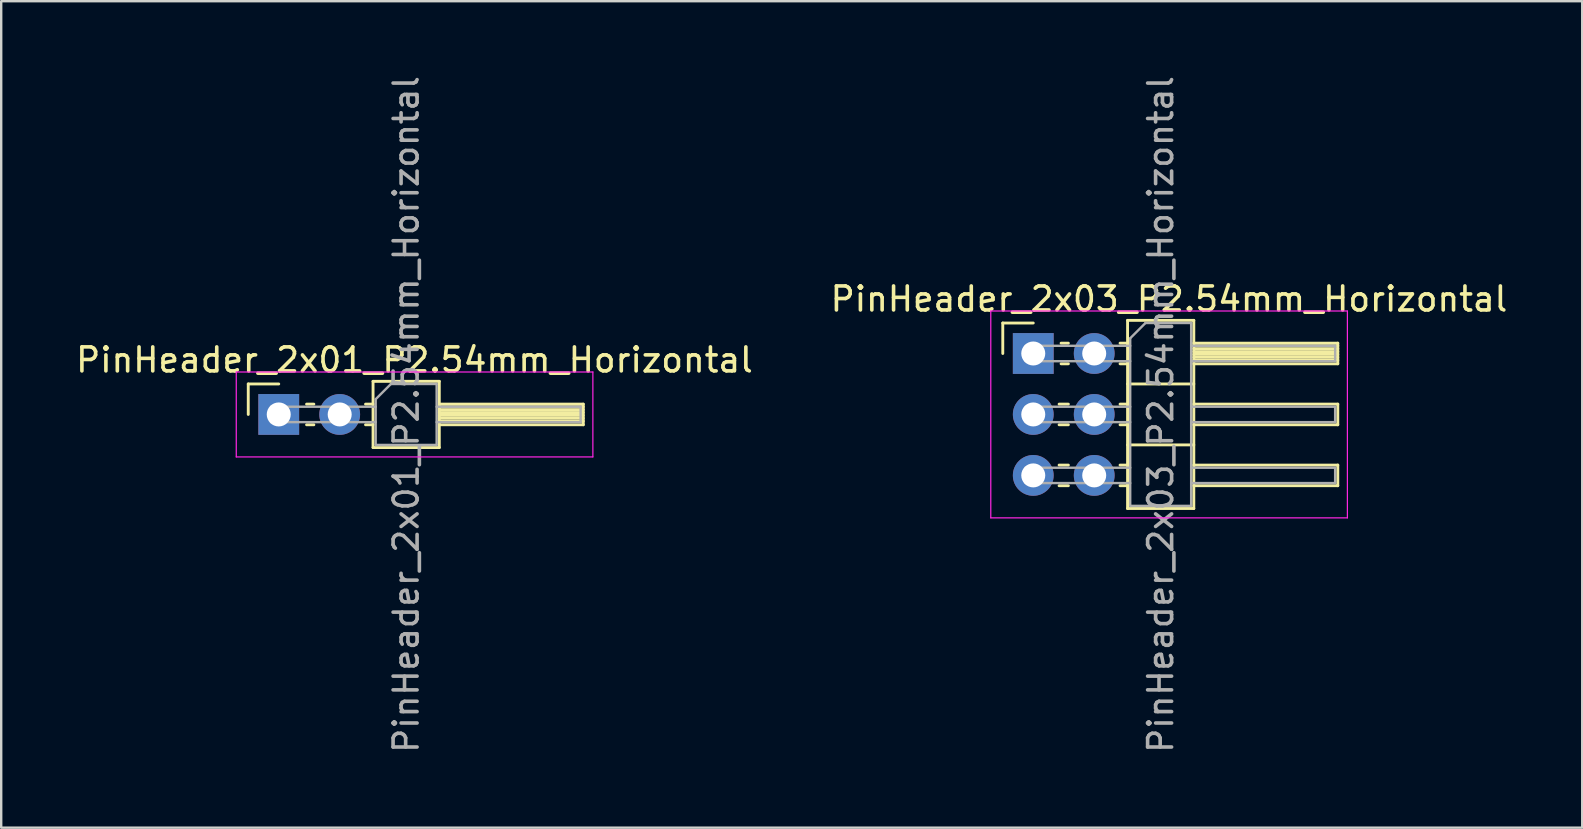
<source format=kicad_pcb>
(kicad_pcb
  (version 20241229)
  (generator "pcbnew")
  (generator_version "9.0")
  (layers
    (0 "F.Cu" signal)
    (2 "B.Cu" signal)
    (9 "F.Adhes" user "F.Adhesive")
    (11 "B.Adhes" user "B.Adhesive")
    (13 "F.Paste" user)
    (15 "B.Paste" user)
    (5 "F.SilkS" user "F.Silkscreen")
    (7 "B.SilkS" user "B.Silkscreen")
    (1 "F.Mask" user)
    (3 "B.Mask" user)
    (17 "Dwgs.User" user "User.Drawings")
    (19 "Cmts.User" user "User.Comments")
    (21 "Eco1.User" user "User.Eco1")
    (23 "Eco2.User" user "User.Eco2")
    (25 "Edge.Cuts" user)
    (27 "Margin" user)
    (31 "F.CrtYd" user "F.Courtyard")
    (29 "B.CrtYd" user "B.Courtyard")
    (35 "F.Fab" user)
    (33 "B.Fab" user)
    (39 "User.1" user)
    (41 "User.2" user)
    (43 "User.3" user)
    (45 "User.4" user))
  (footprint "PinHeader_2x03_P2.54mm_Horizontal"
    (layer "F.Cu")
    (at 40.006 11.68)
    (property "Reference" "PinHeader_2x03_P2.54mm_Horizontal" (at 5.655 -2.27 0) (layer "F.SilkS") (effects (font (size 1 1) (thickness 0.15))))
    (attr through_hole)
    (fp_line (start -1.27 -1.27) (end 0 -1.27) (stroke (width 0.12) (type solid)) (layer "F.SilkS"))
    (fp_line (start -1.27 0) (end -1.27 -1.27) (stroke (width 0.12) (type solid)) (layer "F.SilkS"))
    (fp_line (start 1.077 2.11) (end 1.463 2.11) (stroke (width 0.12) (type solid)) (layer "F.SilkS"))
    (fp_line (start 1.077 2.97) (end 1.463 2.97) (stroke (width 0.12) (type solid)) (layer "F.SilkS"))
    (fp_line (start 1.077 4.65) (end 1.463 4.65) (stroke (width 0.12) (type solid)) (layer "F.SilkS"))
    (fp_line (start 1.077 5.51) (end 1.463 5.51) (stroke (width 0.12) (type solid)) (layer "F.SilkS"))
    (fp_line (start 1.16 -0.43) (end 1.463 -0.43) (stroke (width 0.12) (type solid)) (layer "F.SilkS"))
    (fp_line (start 1.16 0.43) (end 1.463 0.43) (stroke (width 0.12) (type solid)) (layer "F.SilkS"))
    (fp_line (start 3.617 -0.43) (end 3.93 -0.43) (stroke (width 0.12) (type solid)) (layer "F.SilkS"))
    (fp_line (start 3.617 0.43) (end 3.93 0.43) (stroke (width 0.12) (type solid)) (layer "F.SilkS"))
    (fp_line (start 3.617 2.11) (end 3.93 2.11) (stroke (width 0.12) (type solid)) (layer "F.SilkS"))
    (fp_line (start 3.617 2.97) (end 3.93 2.97) (stroke (width 0.12) (type solid)) (layer "F.SilkS"))
    (fp_line (start 3.617 4.65) (end 3.93 4.65) (stroke (width 0.12) (type solid)) (layer "F.SilkS"))
    (fp_line (start 3.617 5.51) (end 3.93 5.51) (stroke (width 0.12) (type solid)) (layer "F.SilkS"))
    (fp_line (start 3.93 -1.38) (end 3.93 6.46) (stroke (width 0.12) (type solid)) (layer "F.SilkS"))
    (fp_line (start 3.93 1.27) (end 6.69 1.27) (stroke (width 0.12) (type solid)) (layer "F.SilkS"))
    (fp_line (start 3.93 3.81) (end 6.69 3.81) (stroke (width 0.12) (type solid)) (layer "F.SilkS"))
    (fp_line (start 3.93 6.46) (end 6.69 6.46) (stroke (width 0.12) (type solid)) (layer "F.SilkS"))
    (fp_line (start 6.69 -1.38) (end 3.93 -1.38) (stroke (width 0.12) (type solid)) (layer "F.SilkS"))
    (fp_line (start 6.69 -0.43) (end 12.69 -0.43) (stroke (width 0.12) (type solid)) (layer "F.SilkS"))
    (fp_line (start 6.69 -0.32) (end 12.69 -0.32) (stroke (width 0.12) (type solid)) (layer "F.SilkS"))
    (fp_line (start 6.69 -0.2) (end 12.69 -0.2) (stroke (width 0.12) (type solid)) (layer "F.SilkS"))
    (fp_line (start 6.69 -0.08) (end 12.69 -0.08) (stroke (width 0.12) (type solid)) (layer "F.SilkS"))
    (fp_line (start 6.69 0.04) (end 12.69 0.04) (stroke (width 0.12) (type solid)) (layer "F.SilkS"))
    (fp_line (start 6.69 0.16) (end 12.69 0.16) (stroke (width 0.12) (type solid)) (layer "F.SilkS"))
    (fp_line (start 6.69 0.28) (end 12.69 0.28) (stroke (width 0.12) (type solid)) (layer "F.SilkS"))
    (fp_line (start 6.69 2.11) (end 12.69 2.11) (stroke (width 0.12) (type solid)) (layer "F.SilkS"))
    (fp_line (start 6.69 4.65) (end 12.69 4.65) (stroke (width 0.12) (type solid)) (layer "F.SilkS"))
    (fp_line (start 6.69 6.46) (end 6.69 -1.38) (stroke (width 0.12) (type solid)) (layer "F.SilkS"))
    (fp_line (start 12.69 -0.43) (end 12.69 0.43) (stroke (width 0.12) (type solid)) (layer "F.SilkS"))
    (fp_line (start 12.69 0.43) (end 6.69 0.43) (stroke (width 0.12) (type solid)) (layer "F.SilkS"))
    (fp_line (start 12.69 2.11) (end 12.69 2.97) (stroke (width 0.12) (type solid)) (layer "F.SilkS"))
    (fp_line (start 12.69 2.97) (end 6.69 2.97) (stroke (width 0.12) (type solid)) (layer "F.SilkS"))
    (fp_line (start 12.69 4.65) (end 12.69 5.51) (stroke (width 0.12) (type solid)) (layer "F.SilkS"))
    (fp_line (start 12.69 5.51) (end 6.69 5.51) (stroke (width 0.12) (type solid)) (layer "F.SilkS"))
    (fp_line (start -1.77 -1.77) (end -1.77 6.85) (stroke (width 0.05) (type solid)) (layer "F.CrtYd"))
    (fp_line (start -1.77 6.85) (end 13.09 6.85) (stroke (width 0.05) (type solid)) (layer "F.CrtYd"))
    (fp_line (start 13.09 -1.77) (end -1.77 -1.77) (stroke (width 0.05) (type solid)) (layer "F.CrtYd"))
    (fp_line (start 13.09 6.85) (end 13.09 -1.77) (stroke (width 0.05) (type solid)) (layer "F.CrtYd"))
    (fp_line (start -0.32 -0.32) (end -0.32 0.32) (stroke (width 0.1) (type solid)) (layer "F.Fab"))
    (fp_line (start -0.32 -0.32) (end 4.04 -0.32) (stroke (width 0.1) (type solid)) (layer "F.Fab"))
    (fp_line (start -0.32 0.32) (end 4.04 0.32) (stroke (width 0.1) (type solid)) (layer "F.Fab"))
    (fp_line (start -0.32 2.22) (end -0.32 2.86) (stroke (width 0.1) (type solid)) (layer "F.Fab"))
    (fp_line (start -0.32 2.22) (end 4.04 2.22) (stroke (width 0.1) (type solid)) (layer "F.Fab"))
    (fp_line (start -0.32 2.86) (end 4.04 2.86) (stroke (width 0.1) (type solid)) (layer "F.Fab"))
    (fp_line (start -0.32 4.76) (end -0.32 5.4) (stroke (width 0.1) (type solid)) (layer "F.Fab"))
    (fp_line (start -0.32 4.76) (end 4.04 4.76) (stroke (width 0.1) (type solid)) (layer "F.Fab"))
    (fp_line (start -0.32 5.4) (end 4.04 5.4) (stroke (width 0.1) (type solid)) (layer "F.Fab"))
    (fp_line (start 4.04 -0.635) (end 4.675 -1.27) (stroke (width 0.1) (type solid)) (layer "F.Fab"))
    (fp_line (start 4.04 6.35) (end 4.04 -0.635) (stroke (width 0.1) (type solid)) (layer "F.Fab"))
    (fp_line (start 4.675 -1.27) (end 6.58 -1.27) (stroke (width 0.1) (type solid)) (layer "F.Fab"))
    (fp_line (start 6.58 -1.27) (end 6.58 6.35) (stroke (width 0.1) (type solid)) (layer "F.Fab"))
    (fp_line (start 6.58 -0.32) (end 12.58 -0.32) (stroke (width 0.1) (type solid)) (layer "F.Fab"))
    (fp_line (start 6.58 0.32) (end 12.58 0.32) (stroke (width 0.1) (type solid)) (layer "F.Fab"))
    (fp_line (start 6.58 2.22) (end 12.58 2.22) (stroke (width 0.1) (type solid)) (layer "F.Fab"))
    (fp_line (start 6.58 2.86) (end 12.58 2.86) (stroke (width 0.1) (type solid)) (layer "F.Fab"))
    (fp_line (start 6.58 4.76) (end 12.58 4.76) (stroke (width 0.1) (type solid)) (layer "F.Fab"))
    (fp_line (start 6.58 5.4) (end 12.58 5.4) (stroke (width 0.1) (type solid)) (layer "F.Fab"))
    (fp_line (start 6.58 6.35) (end 4.04 6.35) (stroke (width 0.1) (type solid)) (layer "F.Fab"))
    (fp_line (start 12.58 -0.32) (end 12.58 0.32) (stroke (width 0.1) (type solid)) (layer "F.Fab"))
    (fp_line (start 12.58 2.22) (end 12.58 2.86) (stroke (width 0.1) (type solid)) (layer "F.Fab"))
    (fp_line (start 12.58 4.76) (end 12.58 5.4) (stroke (width 0.1) (type solid)) (layer "F.Fab"))
    (fp_text user "${REFERENCE}" (at 5.31 2.54 90) (layer "F.Fab") (effects (font (size 1 1) (thickness 0.15))))
    (pad "1" thru_hole rect (at 0 0) (size 1.7 1.7) (drill 1) (layers "*.Cu" "*.Mask"))
    (pad "2" thru_hole circle (at 2.54 0) (size 1.7 1.7) (drill 1) (layers "*.Cu" "*.Mask"))
    (pad "3" thru_hole circle (at 0 2.54) (size 1.7 1.7) (drill 1) (layers "*.Cu" "*.Mask"))
    (pad "4" thru_hole circle (at 2.54 2.54) (size 1.7 1.7) (drill 1) (layers "*.Cu" "*.Mask"))
    (pad "5" thru_hole circle (at 0 5.08) (size 1.7 1.7) (drill 1) (layers "*.Cu" "*.Mask"))
    (pad "6" thru_hole circle (at 2.54 5.08) (size 1.7 1.7) (drill 1) (layers "*.Cu" "*.Mask")))
  (footprint "PinHeader_2x01_P2.54mm_Horizontal"
    (layer "F.Cu")
    (at 8.565 14.22)
    (property "Reference" "PinHeader_2x01_P2.54mm_Horizontal" (at 5.655 -2.27 0) (layer "F.SilkS") (effects (font (size 1 1) (thickness 0.15))))
    (attr through_hole)
    (fp_line (start -1.27 -1.27) (end 0 -1.27) (stroke (width 0.12) (type solid)) (layer "F.SilkS"))
    (fp_line (start -1.27 0) (end -1.27 -1.27) (stroke (width 0.12) (type solid)) (layer "F.SilkS"))
    (fp_line (start 1.16 -0.43) (end 1.463 -0.43) (stroke (width 0.12) (type solid)) (layer "F.SilkS"))
    (fp_line (start 1.16 0.43) (end 1.463 0.43) (stroke (width 0.12) (type solid)) (layer "F.SilkS"))
    (fp_line (start 3.617 -0.43) (end 3.93 -0.43) (stroke (width 0.12) (type solid)) (layer "F.SilkS"))
    (fp_line (start 3.617 0.43) (end 3.93 0.43) (stroke (width 0.12) (type solid)) (layer "F.SilkS"))
    (fp_line (start 3.93 -1.38) (end 3.93 1.38) (stroke (width 0.12) (type solid)) (layer "F.SilkS"))
    (fp_line (start 3.93 1.38) (end 6.69 1.38) (stroke (width 0.12) (type solid)) (layer "F.SilkS"))
    (fp_line (start 6.69 -1.38) (end 3.93 -1.38) (stroke (width 0.12) (type solid)) (layer "F.SilkS"))
    (fp_line (start 6.69 -0.43) (end 12.69 -0.43) (stroke (width 0.12) (type solid)) (layer "F.SilkS"))
    (fp_line (start 6.69 -0.32) (end 12.69 -0.32) (stroke (width 0.12) (type solid)) (layer "F.SilkS"))
    (fp_line (start 6.69 -0.2) (end 12.69 -0.2) (stroke (width 0.12) (type solid)) (layer "F.SilkS"))
    (fp_line (start 6.69 -0.08) (end 12.69 -0.08) (stroke (width 0.12) (type solid)) (layer "F.SilkS"))
    (fp_line (start 6.69 0.04) (end 12.69 0.04) (stroke (width 0.12) (type solid)) (layer "F.SilkS"))
    (fp_line (start 6.69 0.16) (end 12.69 0.16) (stroke (width 0.12) (type solid)) (layer "F.SilkS"))
    (fp_line (start 6.69 0.28) (end 12.69 0.28) (stroke (width 0.12) (type solid)) (layer "F.SilkS"))
    (fp_line (start 6.69 1.38) (end 6.69 -1.38) (stroke (width 0.12) (type solid)) (layer "F.SilkS"))
    (fp_line (start 12.69 -0.43) (end 12.69 0.43) (stroke (width 0.12) (type solid)) (layer "F.SilkS"))
    (fp_line (start 12.69 0.43) (end 6.69 0.43) (stroke (width 0.12) (type solid)) (layer "F.SilkS"))
    (fp_line (start -1.77 -1.77) (end -1.77 1.77) (stroke (width 0.05) (type solid)) (layer "F.CrtYd"))
    (fp_line (start -1.77 1.77) (end 13.09 1.77) (stroke (width 0.05) (type solid)) (layer "F.CrtYd"))
    (fp_line (start 13.09 -1.77) (end -1.77 -1.77) (stroke (width 0.05) (type solid)) (layer "F.CrtYd"))
    (fp_line (start 13.09 1.77) (end 13.09 -1.77) (stroke (width 0.05) (type solid)) (layer "F.CrtYd"))
    (fp_line (start -0.32 -0.32) (end -0.32 0.32) (stroke (width 0.1) (type solid)) (layer "F.Fab"))
    (fp_line (start -0.32 -0.32) (end 4.04 -0.32) (stroke (width 0.1) (type solid)) (layer "F.Fab"))
    (fp_line (start -0.32 0.32) (end 4.04 0.32) (stroke (width 0.1) (type solid)) (layer "F.Fab"))
    (fp_line (start 4.04 -0.635) (end 4.675 -1.27) (stroke (width 0.1) (type solid)) (layer "F.Fab"))
    (fp_line (start 4.04 1.27) (end 4.04 -0.635) (stroke (width 0.1) (type solid)) (layer "F.Fab"))
    (fp_line (start 4.675 -1.27) (end 6.58 -1.27) (stroke (width 0.1) (type solid)) (layer "F.Fab"))
    (fp_line (start 6.58 -1.27) (end 6.58 1.27) (stroke (width 0.1) (type solid)) (layer "F.Fab"))
    (fp_line (start 6.58 -0.32) (end 12.58 -0.32) (stroke (width 0.1) (type solid)) (layer "F.Fab"))
    (fp_line (start 6.58 0.32) (end 12.58 0.32) (stroke (width 0.1) (type solid)) (layer "F.Fab"))
    (fp_line (start 6.58 1.27) (end 4.04 1.27) (stroke (width 0.1) (type solid)) (layer "F.Fab"))
    (fp_line (start 12.58 -0.32) (end 12.58 0.32) (stroke (width 0.1) (type solid)) (layer "F.Fab"))
    (fp_text user "${REFERENCE}" (at 5.31 0 90) (layer "F.Fab") (effects (font (size 1 1) (thickness 0.15))))
    (pad "1" thru_hole rect (at 0 0) (size 1.7 1.7) (drill 1) (layers "*.Cu" "*.Mask"))
    (pad "2" thru_hole circle (at 2.54 0) (size 1.7 1.7) (drill 1) (layers "*.Cu" "*.Mask")))
  (gr_rect
    (start -3 -3)
    (end 62.881 31.44)
    (stroke (width 0.1) (type default))
    (fill no)
    (layer "Edge.Cuts")))
</source>
